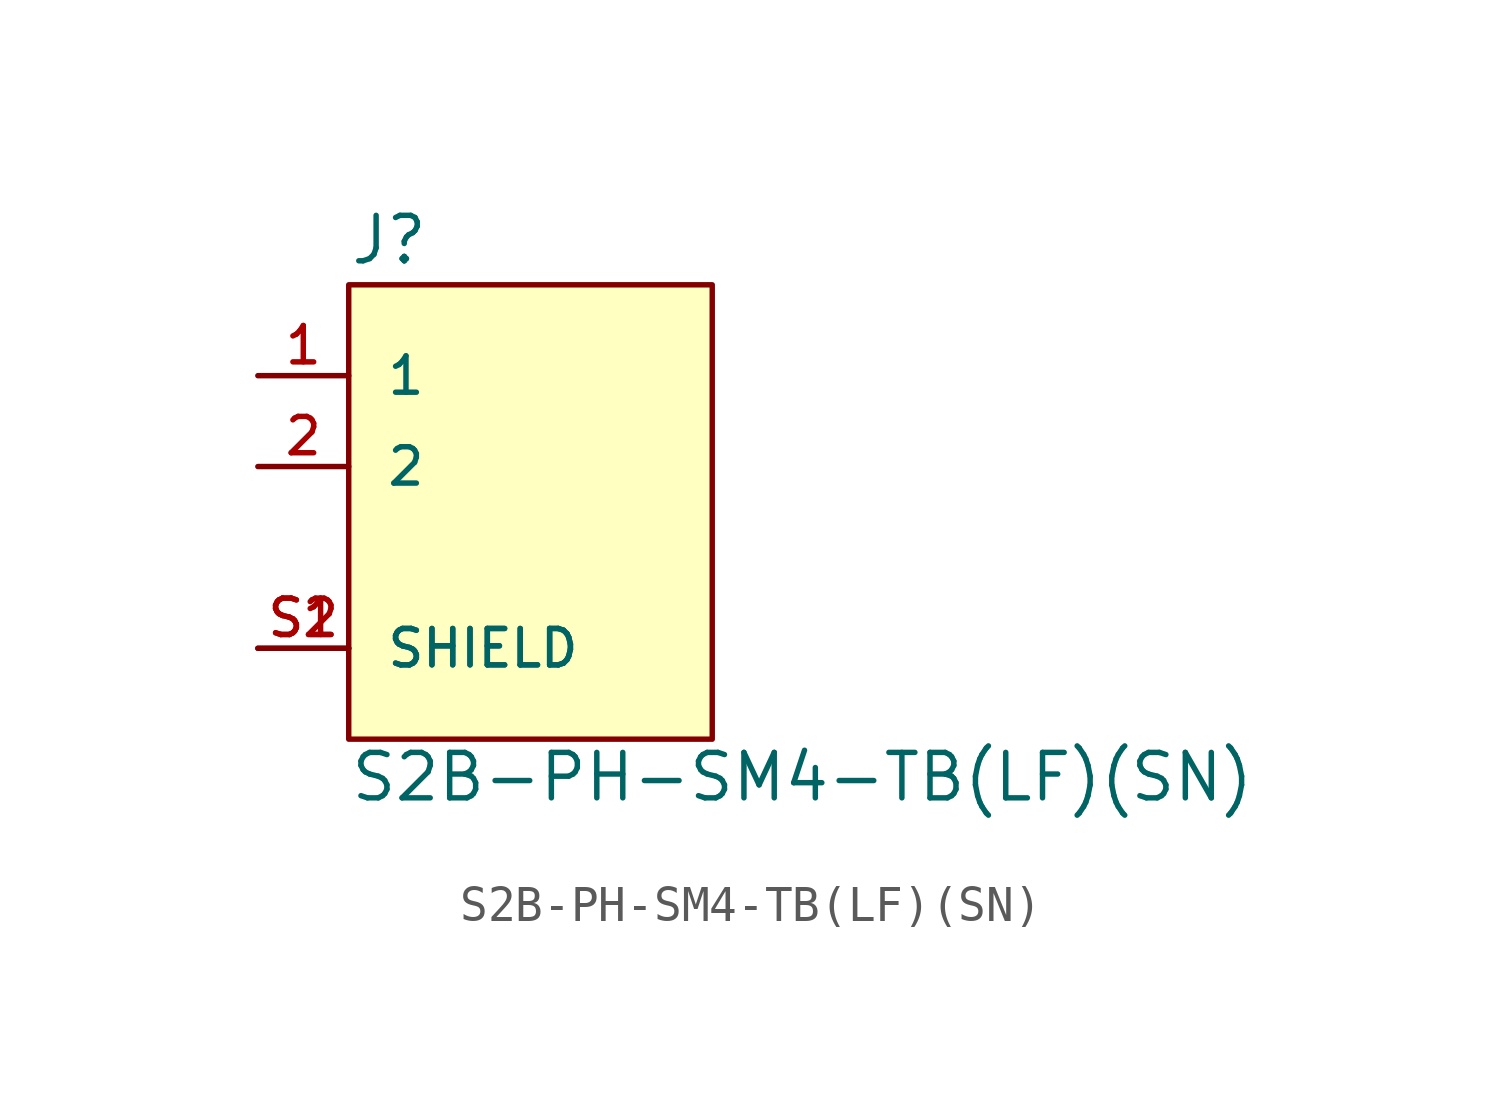
<source format=kicad_sym>
(kicad_symbol_lib
  (version 20211014)
  (generator kicad_symbol_editor)
  (symbol "S2B-PH-SM4-TB(LF)(SN)"
    (pin_names
      (offset 1.016))
    (property "Reference" "J"
      (at -5.08 5.588 0)
      (effects (font (size 1.27 1.27)) (justify left bottom)))
    (property "Value" "S2B-PH-SM4-TB(LF)(SN)"
      (at -5.08 -9.423 0)
      (effects (font (size 1.27 1.27)) (justify left bottom)))
    (property "ki_locked" ""
      (at 0 0 0)
      (effects (font (size 1.27 1.27))))
    (symbol "S2B-PH-SM4-TB(LF)(SN)_0_0"
      (rectangle (start -5.08 -7.62) (end 5.08 5.08) (stroke (width 0.152) (type default) (color 0 0 0 0)) (fill (type background)))
      (pin passive line (at -7.62 2.54 0) (length 2.54) (name "1" (effects (font (size 1.016 1.016)))) (number "1" (effects (font (size 1.016 1.016)))))
      (pin passive line (at -7.62 0 0) (length 2.54) (name "2" (effects (font (size 1.016 1.016)))) (number "2" (effects (font (size 1.016 1.016)))))
      (pin passive line (at -7.62 -5.08 0) (length 2.54) (name "SHIELD" (effects (font (size 1.016 1.016)))) (number "S1" (effects (font (size 1.016 1.016)))))
      (pin passive line (at -7.62 -5.08 0) (length 2.54) (name "SHIELD" (effects (font (size 1.016 1.016)))) (number "S2" (effects (font (size 1.016 1.016))))))))
</source>
